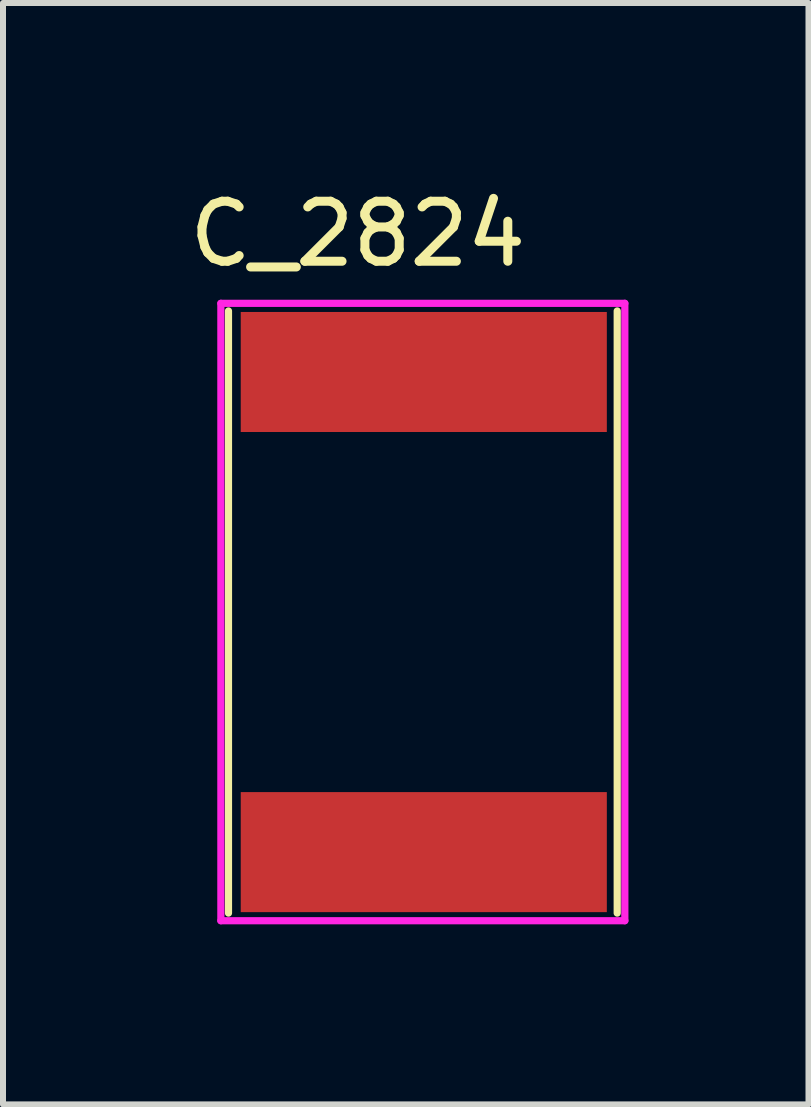
<source format=kicad_pcb>
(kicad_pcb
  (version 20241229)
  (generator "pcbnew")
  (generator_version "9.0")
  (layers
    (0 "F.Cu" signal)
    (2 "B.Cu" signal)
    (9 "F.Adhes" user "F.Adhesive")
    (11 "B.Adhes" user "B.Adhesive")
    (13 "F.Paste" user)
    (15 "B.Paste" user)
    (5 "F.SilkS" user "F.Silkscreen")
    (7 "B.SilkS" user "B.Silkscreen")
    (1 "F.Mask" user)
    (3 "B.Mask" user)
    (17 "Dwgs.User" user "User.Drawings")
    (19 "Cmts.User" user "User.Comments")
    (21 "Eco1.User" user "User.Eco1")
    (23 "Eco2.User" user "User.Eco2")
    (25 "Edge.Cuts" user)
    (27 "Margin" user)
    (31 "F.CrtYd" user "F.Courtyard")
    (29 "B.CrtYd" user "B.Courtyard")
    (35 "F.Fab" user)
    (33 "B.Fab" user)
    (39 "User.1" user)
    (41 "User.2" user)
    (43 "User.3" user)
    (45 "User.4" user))
  (footprint "C_2824"
    (layer "F.Cu")
    (at 4.111 7.148)
    (property "Reference" "C_2824" (at -1.2 -6.3 0) (layer "F.SilkS") (effects (font (size 1 1) (thickness 0.15))))
    (attr through_hole)
    (fp_line (start -3.354 -5.017) (end -3.354 5.016) (stroke (width 0.12) (type solid)) (layer "F.SilkS"))
    (fp_line (start 3.123 5.016) (end 3.123 -5.017) (stroke (width 0.12) (type solid)) (layer "F.SilkS"))
    (fp_line (start -3.481 -5.144) (end -3.481 5.143) (stroke (width 0.12) (type solid)) (layer "F.CrtYd"))
    (fp_line (start -3.481 5.143) (end 3.25 5.143) (stroke (width 0.12) (type solid)) (layer "F.CrtYd"))
    (fp_line (start 3.25 -5.144) (end -3.481 -5.144) (stroke (width 0.12) (type solid)) (layer "F.CrtYd"))
    (fp_line (start 3.25 5.143) (end 3.25 -5.144) (stroke (width 0.12) (type solid)) (layer "F.CrtYd"))
    (pad "1" smd rect (at -0.1 -4) (size 6.1 2) (layers "F.Cu" "F.Mask" "F.Paste"))
    (pad "2" smd rect (at -0.1 4) (size 6.1 2) (layers "F.Cu" "F.Mask" "F.Paste")))
  (gr_rect
    (start -3 -3)
    (end 10.421 15.351)
    (stroke (width 0.1) (type default))
    (fill no)
    (layer "Edge.Cuts")))
</source>
